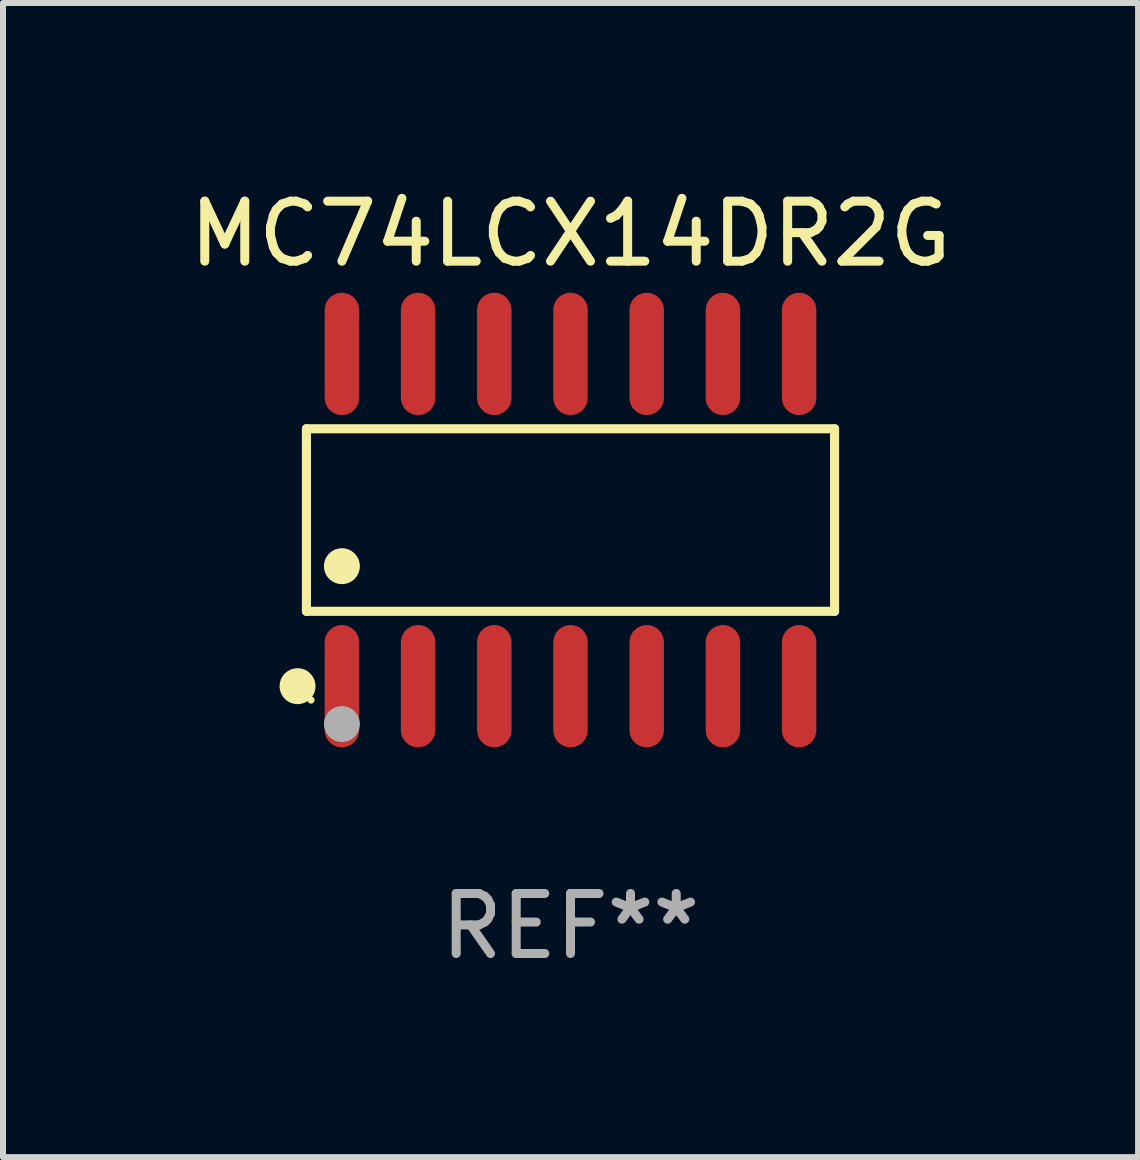
<source format=kicad_pcb>
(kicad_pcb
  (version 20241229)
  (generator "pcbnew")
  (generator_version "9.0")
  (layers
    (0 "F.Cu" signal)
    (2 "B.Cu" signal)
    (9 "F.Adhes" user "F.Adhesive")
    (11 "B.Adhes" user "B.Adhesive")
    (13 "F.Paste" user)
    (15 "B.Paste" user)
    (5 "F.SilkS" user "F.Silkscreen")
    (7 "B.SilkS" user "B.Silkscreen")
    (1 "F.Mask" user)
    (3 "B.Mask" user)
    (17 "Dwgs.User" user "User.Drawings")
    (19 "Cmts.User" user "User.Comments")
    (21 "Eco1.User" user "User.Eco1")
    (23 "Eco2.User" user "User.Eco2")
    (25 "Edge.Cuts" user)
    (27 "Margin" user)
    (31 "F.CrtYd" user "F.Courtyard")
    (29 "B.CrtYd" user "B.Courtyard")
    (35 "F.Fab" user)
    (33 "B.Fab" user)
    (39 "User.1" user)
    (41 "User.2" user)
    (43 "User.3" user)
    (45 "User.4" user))
  (footprint "MC74LCX14DR2G"
    (layer "F.Cu")
    (at 6.458 5.617)
    (property "Reference" "MC74LCX14DR2G" (at 0 -4.769 0) (layer "F.SilkS") (effects (font (size 1 1) (thickness 0.15))))
    (attr through_hole)
    (fp_line (start -4.401 -1.521) (end 4.401 -1.521) (stroke (width 0.152) (type solid)) (layer "F.SilkS"))
    (fp_line (start -4.401 1.521) (end -4.401 -1.521) (stroke (width 0.152) (type solid)) (layer "F.SilkS"))
    (fp_line (start 4.401 -1.521) (end 4.401 1.521) (stroke (width 0.152) (type solid)) (layer "F.SilkS"))
    (fp_line (start 4.401 1.521) (end -4.401 1.521) (stroke (width 0.152) (type solid)) (layer "F.SilkS"))
    (fp_circle (center -4.549 2.769) (end -4.399 2.769) (stroke (width 0.3) (type solid)) (fill no) (layer "F.SilkS"))
    (fp_circle (center -4.325 3) (end -4.295 3) (stroke (width 0.06) (type solid)) (fill no) (layer "F.SilkS"))
    (fp_circle (center -3.81 0.769) (end -3.66 0.769) (stroke (width 0.3) (type solid)) (fill no) (layer "F.SilkS"))
    (fp_circle (center -3.81 3.4) (end -3.66 3.4) (stroke (width 0.3) (type solid)) (fill no) (layer "F.Fab"))
    (fp_text user "REF**" (at 0 6.769 0) (layer "F.Fab") (effects (font (size 1 1) (thickness 0.15))))
    (pad "1" smd oval (at -3.81 2.769) (size 0.574 2.038) (layers "F.Cu" "F.Mask" "F.Paste"))
    (pad "2" smd oval (at -2.54 2.769) (size 0.574 2.038) (layers "F.Cu" "F.Mask" "F.Paste"))
    (pad "3" smd oval (at -1.27 2.769) (size 0.574 2.038) (layers "F.Cu" "F.Mask" "F.Paste"))
    (pad "4" smd oval (at 0 2.769) (size 0.574 2.038) (layers "F.Cu" "F.Mask" "F.Paste"))
    (pad "5" smd oval (at 1.27 2.769) (size 0.574 2.038) (layers "F.Cu" "F.Mask" "F.Paste"))
    (pad "6" smd oval (at 2.54 2.769) (size 0.574 2.038) (layers "F.Cu" "F.Mask" "F.Paste"))
    (pad "7" smd oval (at 3.81 2.769) (size 0.574 2.038) (layers "F.Cu" "F.Mask" "F.Paste"))
    (pad "8" smd oval (at 3.81 -2.769) (size 0.574 2.038) (layers "F.Cu" "F.Mask" "F.Paste"))
    (pad "9" smd oval (at 2.54 -2.769) (size 0.574 2.038) (layers "F.Cu" "F.Mask" "F.Paste"))
    (pad "10" smd oval (at 1.27 -2.769) (size 0.574 2.038) (layers "F.Cu" "F.Mask" "F.Paste"))
    (pad "11" smd oval (at 0 -2.769) (size 0.574 2.038) (layers "F.Cu" "F.Mask" "F.Paste"))
    (pad "12" smd oval (at -1.27 -2.769) (size 0.574 2.038) (layers "F.Cu" "F.Mask" "F.Paste"))
    (pad "13" smd oval (at -2.54 -2.769) (size 0.574 2.038) (layers "F.Cu" "F.Mask" "F.Paste"))
    (pad "14" smd oval (at -3.81 -2.769) (size 0.574 2.038) (layers "F.Cu" "F.Mask" "F.Paste")))
  (gr_rect
    (start -3 -3)
    (end 15.917 16.235)
    (stroke (width 0.1) (type default))
    (fill no)
    (layer "Edge.Cuts")))
</source>
